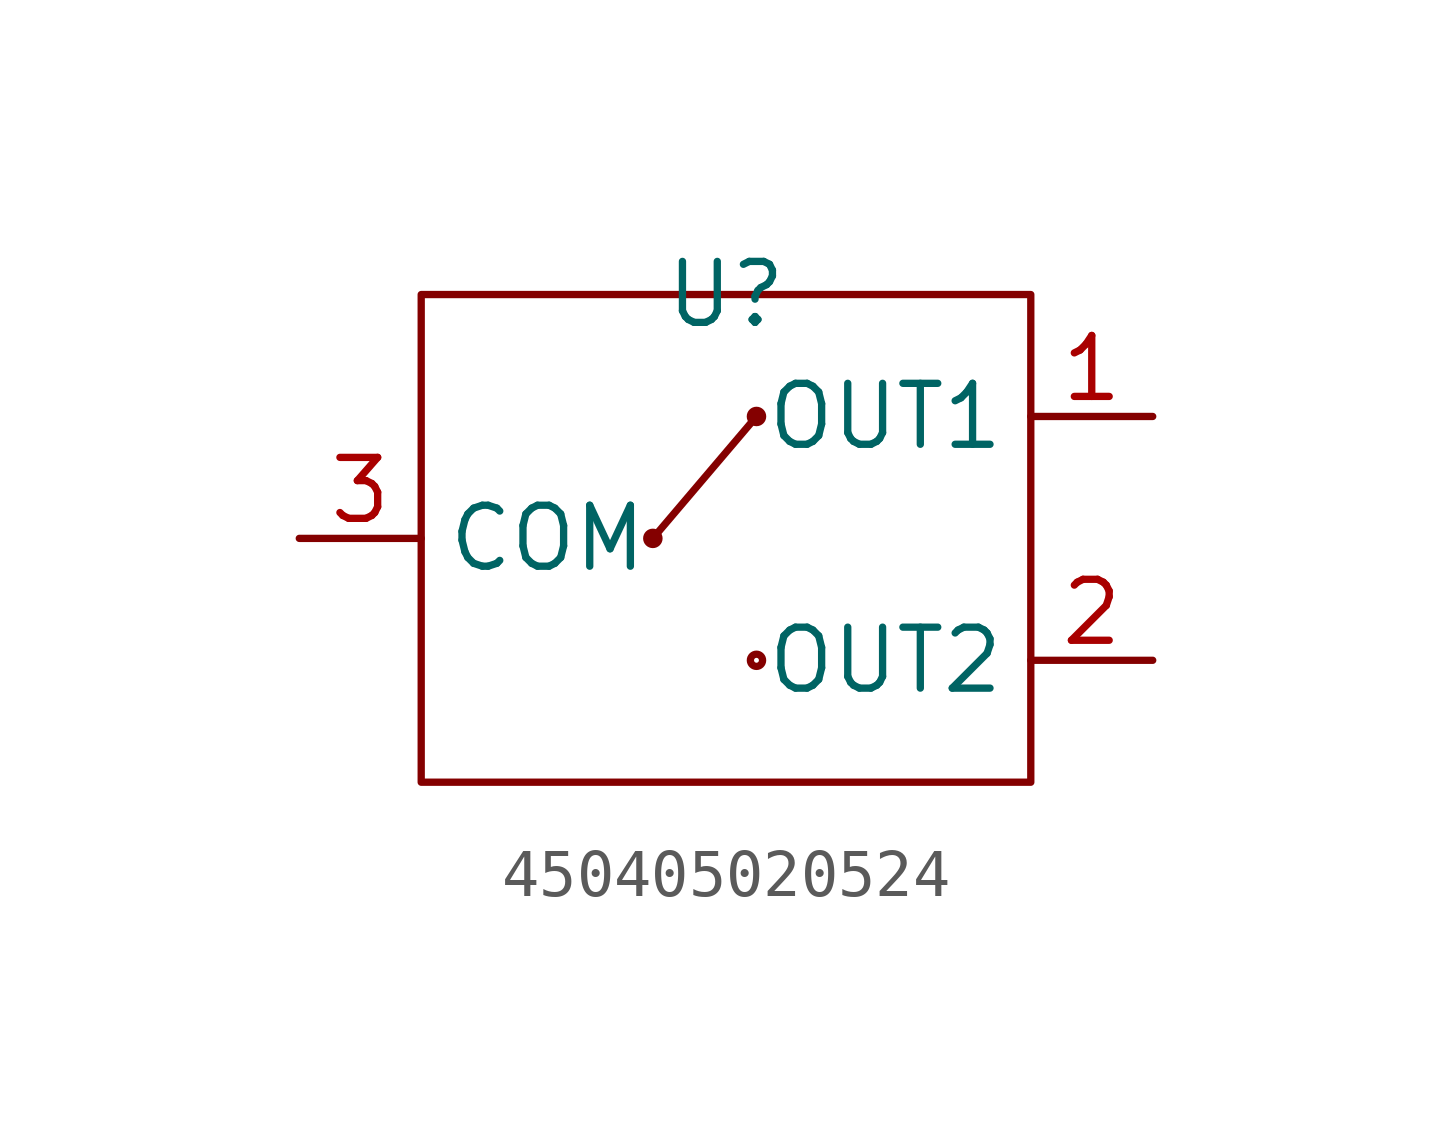
<source format=kicad_sym>
(kicad_symbol_lib
  (version 20220914)
  (generator kicad_symbol_editor)
  (symbol "450405020524"
    (property "Reference" "U"
      (at 0 5.08 0)
      (effects (font (size 1.27 1.27))))
    (property "Value" ""
      (at 0 0 0)
      (effects (font (size 1.27 1.27))))
    (symbol "450405020524_0_1"
      (rectangle (start -6.35 5.08) (end 6.35 -5.08) (stroke (width 0) (type default)) (fill (type none)))
      (circle (center -1.524 0) (radius 0.127) (stroke (width 0) (type default)) (fill (type none)))
      (polyline (pts (xy -1.524 0) (xy 0.635 2.54)) (stroke (width 0) (type default)) (fill (type none)))
      (circle (center 0.635 -2.54) (radius 0.127) (stroke (width 0) (type default)) (fill (type none)))
      (circle (center 0.635 2.54) (radius 0.127) (stroke (width 0) (type default)) (fill (type none))))
    (symbol "450405020524_1_1"
      (pin input line (at 8.89 2.54 180) (length 2.54) (name "OUT1" (effects (font (size 1.27 1.27)))) (number "1" (effects (font (size 1.27 1.27)))))
      (pin input line (at 8.89 -2.54 180) (length 2.54) (name "OUT2" (effects (font (size 1.27 1.27)))) (number "2" (effects (font (size 1.27 1.27)))))
      (pin input line (at -8.89 0 0) (length 2.54) (name "COM" (effects (font (size 1.27 1.27)))) (number "3" (effects (font (size 1.27 1.27))))))))
</source>
